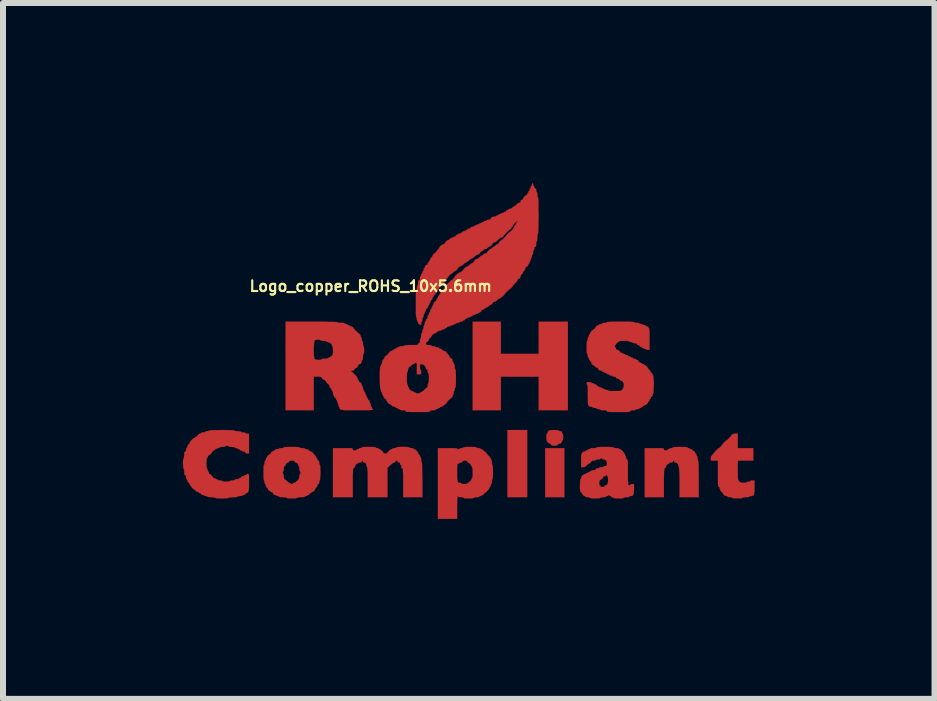
<source format=kicad_pcb>
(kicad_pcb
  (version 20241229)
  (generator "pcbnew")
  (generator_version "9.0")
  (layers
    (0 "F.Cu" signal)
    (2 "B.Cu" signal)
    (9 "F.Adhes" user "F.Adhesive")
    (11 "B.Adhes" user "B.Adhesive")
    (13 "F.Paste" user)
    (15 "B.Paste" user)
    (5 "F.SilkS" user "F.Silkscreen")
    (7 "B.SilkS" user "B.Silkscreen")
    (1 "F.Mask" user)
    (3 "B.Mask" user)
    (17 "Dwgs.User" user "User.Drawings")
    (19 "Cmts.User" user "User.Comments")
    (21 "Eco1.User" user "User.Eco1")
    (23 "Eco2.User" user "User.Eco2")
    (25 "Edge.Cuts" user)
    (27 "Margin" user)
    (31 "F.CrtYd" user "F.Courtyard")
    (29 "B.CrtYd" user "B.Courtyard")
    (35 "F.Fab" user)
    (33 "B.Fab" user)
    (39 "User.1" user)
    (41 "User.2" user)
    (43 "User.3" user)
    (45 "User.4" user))
  (footprint "Logo_copper_ROHS_10x5.6mm"
    (layer "F.Cu")
    (at 4.83 2.821)
    (property "Reference" "Logo_copper_ROHS_10x5.6mm" (at -1.7 -1.1 0) (layer "F.SilkS") (effects (font (size 0.178 0.178) (thickness 0.036))))
    (attr exclude_from_pos_files exclude_from_bom)
    (fp_poly (pts (xy 0.909 2.418) (xy 0.744 2.418) (xy 0.579 2.418) (xy 0.579 1.859) (xy 0.579 1.298) (xy 0.744 1.298) (xy 0.909 1.298) (xy 0.909 1.859) (xy 0.909 2.418)) (stroke (width 0.003) (type solid)) (fill yes) (layer "F.Cu"))
    (fp_poly (pts (xy 1.529 2.418) (xy 1.369 2.418) (xy 1.209 2.418) (xy 1.209 2.009) (xy 1.209 1.6) (xy 1.369 1.6) (xy 1.529 1.6) (xy 1.529 2.009) (xy 1.529 2.418)) (stroke (width 0.003) (type solid)) (fill yes) (layer "F.Cu"))
    (fp_poly (pts (xy 1.587 0.968) (xy 1.344 0.968) (xy 1.1 0.968) (xy 1.1 0.688) (xy 1.1 0.409) (xy 0.785 0.409) (xy 0.47 0.409) (xy 0.47 0.688) (xy 0.47 0.968) (xy 0.234 0.968) (xy 0 0.968) (xy 0 0.229) (xy 0 -0.508) (xy 0.234 -0.508) (xy 0.47 -0.508) (xy 0.47 -0.239) (xy 0.47 0.028) (xy 0.785 0.028) (xy 1.1 0.028) (xy 1.1 -0.239) (xy 1.1 -0.508) (xy 1.344 -0.508) (xy 1.587 -0.508) (xy 1.587 0.229) (xy 1.587 0.968)) (stroke (width 0.003) (type solid)) (fill yes) (layer "F.Cu"))
    (fp_poly (pts (xy 1.509 1.415) (xy 1.506 1.443) (xy 1.504 1.463) (xy 1.499 1.468) (xy 1.491 1.476) (xy 1.488 1.486) (xy 1.481 1.509) (xy 1.458 1.524) (xy 1.44 1.529) (xy 1.422 1.534) (xy 1.42 1.544) (xy 1.415 1.552) (xy 1.397 1.557) (xy 1.364 1.56) (xy 1.331 1.557) (xy 1.313 1.552) (xy 1.308 1.544) (xy 1.3 1.532) (xy 1.293 1.529) (xy 1.275 1.521) (xy 1.255 1.506) (xy 1.252 1.504) (xy 1.24 1.486) (xy 1.232 1.466) (xy 1.229 1.435) (xy 1.229 1.42) (xy 1.229 1.387) (xy 1.234 1.364) (xy 1.24 1.359) (xy 1.247 1.351) (xy 1.25 1.344) (xy 1.255 1.323) (xy 1.27 1.308) (xy 1.3 1.3) (xy 1.349 1.298) (xy 1.359 1.298) (xy 1.397 1.3) (xy 1.425 1.303) (xy 1.438 1.308) (xy 1.448 1.316) (xy 1.463 1.318) (xy 1.483 1.323) (xy 1.488 1.339) (xy 1.494 1.354) (xy 1.499 1.359) (xy 1.504 1.369) (xy 1.509 1.392) (xy 1.509 1.415)) (stroke (width 0.003) (type solid)) (fill yes) (layer "F.Cu"))
    (fp_poly (pts (xy 3.769 2.418) (xy 3.609 2.418) (xy 3.449 2.418) (xy 3.449 2.169) (xy 3.449 2.085) (xy 3.447 2.017) (xy 3.444 1.966) (xy 3.442 1.933) (xy 3.439 1.92) (xy 3.439 1.918) (xy 3.432 1.91) (xy 3.429 1.892) (xy 3.421 1.862) (xy 3.401 1.844) (xy 3.378 1.839) (xy 3.363 1.834) (xy 3.358 1.824) (xy 3.353 1.811) (xy 3.348 1.808) (xy 3.34 1.816) (xy 3.34 1.824) (xy 3.33 1.836) (xy 3.31 1.839) (xy 3.287 1.841) (xy 3.279 1.849) (xy 3.272 1.859) (xy 3.269 1.859) (xy 3.251 1.867) (xy 3.233 1.885) (xy 3.228 1.9) (xy 3.221 1.918) (xy 3.208 1.928) (xy 3.203 1.935) (xy 3.198 1.943) (xy 3.195 1.956) (xy 3.193 1.974) (xy 3.19 2.004) (xy 3.19 2.047) (xy 3.188 2.106) (xy 3.188 2.179) (xy 3.188 2.182) (xy 3.188 2.418) (xy 3.028 2.418) (xy 2.868 2.418) (xy 2.868 2.009) (xy 2.868 1.6) (xy 3.028 1.6) (xy 3.089 1.6) (xy 3.132 1.6) (xy 3.16 1.6) (xy 3.178 1.603) (xy 3.185 1.608) (xy 3.188 1.613) (xy 3.188 1.618) (xy 3.193 1.633) (xy 3.211 1.638) (xy 3.218 1.638) (xy 3.241 1.636) (xy 3.249 1.628) (xy 3.256 1.621) (xy 3.264 1.618) (xy 3.277 1.613) (xy 3.279 1.608) (xy 3.287 1.603) (xy 3.31 1.6) (xy 3.33 1.595) (xy 3.338 1.59) (xy 3.34 1.587) (xy 3.348 1.585) (xy 3.376 1.582) (xy 3.419 1.58) (xy 3.459 1.58) (xy 3.51 1.58) (xy 3.551 1.582) (xy 3.574 1.585) (xy 3.579 1.587) (xy 3.586 1.598) (xy 3.599 1.6) (xy 3.614 1.603) (xy 3.619 1.608) (xy 3.627 1.618) (xy 3.64 1.618) (xy 3.655 1.623) (xy 3.658 1.628) (xy 3.668 1.638) (xy 3.67 1.638) (xy 3.686 1.646) (xy 3.703 1.664) (xy 3.708 1.679) (xy 3.716 1.689) (xy 3.719 1.689) (xy 3.726 1.697) (xy 3.729 1.709) (xy 3.734 1.725) (xy 3.739 1.73) (xy 3.744 1.737) (xy 3.749 1.76) (xy 3.749 1.768) (xy 3.752 1.793) (xy 3.757 1.808) (xy 3.759 1.808) (xy 3.762 1.819) (xy 3.764 1.849) (xy 3.767 1.895) (xy 3.767 1.961) (xy 3.769 2.045) (xy 3.769 2.113) (xy 3.769 2.418)) (stroke (width 0.003) (type solid)) (fill yes) (layer "F.Cu"))
    (fp_poly (pts (xy 4.699 2.256) (xy 4.699 2.311) (xy 4.694 2.352) (xy 4.689 2.377) (xy 4.676 2.39) (xy 4.658 2.398) (xy 4.641 2.398) (xy 4.618 2.403) (xy 4.61 2.408) (xy 4.6 2.416) (xy 4.577 2.418) (xy 4.554 2.418) (xy 4.524 2.421) (xy 4.503 2.426) (xy 4.498 2.428) (xy 4.491 2.433) (xy 4.463 2.438) (xy 4.425 2.438) (xy 4.415 2.438) (xy 4.371 2.438) (xy 4.343 2.436) (xy 4.328 2.431) (xy 4.328 2.428) (xy 4.321 2.423) (xy 4.298 2.418) (xy 4.288 2.418) (xy 4.265 2.416) (xy 4.249 2.41) (xy 4.249 2.408) (xy 4.239 2.4) (xy 4.229 2.398) (xy 4.206 2.393) (xy 4.188 2.38) (xy 4.178 2.365) (xy 4.173 2.352) (xy 4.155 2.334) (xy 4.148 2.329) (xy 4.128 2.301) (xy 4.12 2.276) (xy 4.115 2.253) (xy 4.105 2.248) (xy 4.1 2.245) (xy 4.094 2.238) (xy 4.092 2.22) (xy 4.089 2.192) (xy 4.089 2.151) (xy 4.089 2.093) (xy 4.089 2.029) (xy 4.089 1.808) (xy 4.028 1.808) (xy 3.97 1.808) (xy 3.97 1.773) (xy 3.975 1.74) (xy 3.993 1.714) (xy 3.998 1.709) (xy 4.018 1.689) (xy 4.028 1.676) (xy 4.028 1.674) (xy 4.036 1.664) (xy 4.051 1.646) (xy 4.072 1.626) (xy 4.089 1.608) (xy 4.102 1.6) (xy 4.105 1.6) (xy 4.115 1.593) (xy 4.133 1.577) (xy 4.148 1.56) (xy 4.158 1.547) (xy 4.158 1.544) (xy 4.166 1.534) (xy 4.181 1.516) (xy 4.201 1.496) (xy 4.221 1.478) (xy 4.232 1.468) (xy 4.234 1.468) (xy 4.244 1.463) (xy 4.262 1.445) (xy 4.282 1.425) (xy 4.3 1.407) (xy 4.308 1.394) (xy 4.318 1.377) (xy 4.341 1.364) (xy 4.371 1.359) (xy 4.379 1.359) (xy 4.42 1.359) (xy 4.42 1.478) (xy 4.42 1.6) (xy 4.549 1.6) (xy 4.679 1.6) (xy 4.679 1.704) (xy 4.679 1.808) (xy 4.549 1.808) (xy 4.42 1.808) (xy 4.42 1.968) (xy 4.42 2.029) (xy 4.42 2.073) (xy 4.422 2.103) (xy 4.425 2.123) (xy 4.43 2.136) (xy 4.435 2.146) (xy 4.442 2.154) (xy 4.465 2.169) (xy 4.491 2.177) (xy 4.519 2.179) (xy 4.547 2.177) (xy 4.564 2.172) (xy 4.569 2.169) (xy 4.577 2.162) (xy 4.597 2.159) (xy 4.6 2.159) (xy 4.62 2.156) (xy 4.628 2.149) (xy 4.638 2.141) (xy 4.658 2.139) (xy 4.663 2.139) (xy 4.699 2.139) (xy 4.699 2.256)) (stroke (width 0.003) (type solid)) (fill yes) (layer "F.Cu"))
    (fp_poly (pts (xy -0.838 2.418) (xy -0.998 2.418) (xy -1.158 2.418) (xy -1.158 2.179) (xy -1.158 2.103) (xy -1.158 2.045) (xy -1.161 2.002) (xy -1.163 1.971) (xy -1.163 1.953) (xy -1.168 1.943) (xy -1.173 1.938) (xy -1.186 1.93) (xy -1.189 1.91) (xy -1.191 1.887) (xy -1.199 1.88) (xy -1.206 1.869) (xy -1.209 1.859) (xy -1.217 1.841) (xy -1.229 1.839) (xy -1.245 1.834) (xy -1.25 1.824) (xy -1.257 1.811) (xy -1.267 1.808) (xy -1.285 1.816) (xy -1.288 1.824) (xy -1.298 1.836) (xy -1.308 1.839) (xy -1.326 1.847) (xy -1.351 1.864) (xy -1.374 1.885) (xy -1.42 1.928) (xy -1.42 2.174) (xy -1.42 2.418) (xy -1.582 2.418) (xy -1.748 2.418) (xy -1.748 2.169) (xy -1.75 2.085) (xy -1.75 2.017) (xy -1.753 1.966) (xy -1.755 1.933) (xy -1.758 1.92) (xy -1.758 1.918) (xy -1.765 1.91) (xy -1.768 1.892) (xy -1.775 1.864) (xy -1.796 1.844) (xy -1.814 1.839) (xy -1.826 1.831) (xy -1.829 1.824) (xy -1.834 1.811) (xy -1.839 1.808) (xy -1.847 1.816) (xy -1.849 1.824) (xy -1.857 1.836) (xy -1.88 1.839) (xy -1.905 1.847) (xy -1.933 1.862) (xy -1.953 1.882) (xy -1.958 1.9) (xy -1.966 1.918) (xy -1.979 1.928) (xy -1.986 1.935) (xy -1.989 1.943) (xy -1.994 1.956) (xy -1.996 1.974) (xy -1.996 2.004) (xy -1.999 2.047) (xy -1.999 2.106) (xy -1.999 2.179) (xy -1.999 2.182) (xy -1.999 2.418) (xy -2.164 2.418) (xy -2.329 2.418) (xy -2.329 2.009) (xy -2.329 1.6) (xy -2.164 1.6) (xy -2.103 1.6) (xy -2.06 1.6) (xy -2.029 1.6) (xy -2.012 1.603) (xy -2.002 1.608) (xy -1.999 1.613) (xy -1.999 1.618) (xy -1.994 1.633) (xy -1.976 1.638) (xy -1.968 1.638) (xy -1.948 1.636) (xy -1.938 1.628) (xy -1.93 1.621) (xy -1.918 1.618) (xy -1.902 1.615) (xy -1.897 1.608) (xy -1.89 1.6) (xy -1.875 1.6) (xy -1.854 1.595) (xy -1.849 1.587) (xy -1.839 1.585) (xy -1.811 1.58) (xy -1.77 1.58) (xy -1.735 1.58) (xy -1.681 1.58) (xy -1.646 1.582) (xy -1.623 1.585) (xy -1.618 1.587) (xy -1.61 1.595) (xy -1.593 1.6) (xy -1.575 1.603) (xy -1.57 1.608) (xy -1.56 1.618) (xy -1.554 1.618) (xy -1.537 1.626) (xy -1.514 1.643) (xy -1.496 1.661) (xy -1.488 1.679) (xy -1.481 1.687) (xy -1.458 1.689) (xy -1.453 1.689) (xy -1.43 1.687) (xy -1.42 1.679) (xy -1.412 1.664) (xy -1.394 1.643) (xy -1.372 1.626) (xy -1.354 1.618) (xy -1.341 1.613) (xy -1.339 1.608) (xy -1.331 1.603) (xy -1.308 1.6) (xy -1.303 1.6) (xy -1.28 1.595) (xy -1.27 1.59) (xy -1.267 1.587) (xy -1.26 1.585) (xy -1.232 1.58) (xy -1.191 1.58) (xy -1.163 1.58) (xy -1.115 1.58) (xy -1.079 1.582) (xy -1.062 1.585) (xy -1.059 1.587) (xy -1.049 1.595) (xy -1.029 1.598) (xy -1.024 1.6) (xy -1.001 1.6) (xy -0.988 1.608) (xy -0.98 1.618) (xy -0.973 1.618) (xy -0.953 1.626) (xy -0.932 1.646) (xy -0.914 1.669) (xy -0.909 1.689) (xy -0.902 1.704) (xy -0.894 1.709) (xy -0.881 1.717) (xy -0.879 1.73) (xy -0.874 1.745) (xy -0.869 1.75) (xy -0.864 1.758) (xy -0.859 1.781) (xy -0.859 1.793) (xy -0.856 1.821) (xy -0.851 1.836) (xy -0.848 1.839) (xy -0.846 1.849) (xy -0.843 1.877) (xy -0.841 1.925) (xy -0.841 1.991) (xy -0.838 2.075) (xy -0.838 2.129) (xy -0.838 2.418)) (stroke (width 0.003) (type solid)) (fill yes) (layer "F.Cu"))
    (fp_poly (pts (xy 0.338 1.999) (xy 0.338 2.052) (xy 0.335 2.09) (xy 0.333 2.113) (xy 0.328 2.118) (xy 0.323 2.129) (xy 0.32 2.149) (xy 0.32 2.159) (xy 0.318 2.184) (xy 0.31 2.197) (xy 0.31 2.2) (xy 0.302 2.207) (xy 0.3 2.225) (xy 0.295 2.243) (xy 0.29 2.248) (xy 0.279 2.258) (xy 0.279 2.263) (xy 0.272 2.281) (xy 0.254 2.301) (xy 0.234 2.324) (xy 0.213 2.342) (xy 0.198 2.349) (xy 0.191 2.357) (xy 0.188 2.365) (xy 0.18 2.375) (xy 0.168 2.38) (xy 0.152 2.383) (xy 0.15 2.388) (xy 0.14 2.398) (xy 0.13 2.398) (xy 0.112 2.403) (xy 0.109 2.408) (xy 0.099 2.416) (xy 0.076 2.418) (xy 0.064 2.418) (xy 0.038 2.421) (xy 0.02 2.426) (xy 0.018 2.428) (xy 0.01 2.433) (xy 0 2.436) (xy 0 2.024) (xy 0 2.009) (xy 0 1.966) (xy -0.003 1.935) (xy -0.008 1.92) (xy -0.008 1.918) (xy -0.018 1.91) (xy -0.018 1.902) (xy -0.025 1.887) (xy -0.043 1.864) (xy -0.061 1.847) (xy -0.079 1.839) (xy -0.086 1.831) (xy -0.089 1.824) (xy -0.097 1.814) (xy -0.117 1.808) (xy -0.13 1.808) (xy -0.157 1.811) (xy -0.168 1.819) (xy -0.168 1.824) (xy -0.178 1.836) (xy -0.193 1.839) (xy -0.213 1.841) (xy -0.218 1.849) (xy -0.226 1.857) (xy -0.239 1.859) (xy -0.246 1.859) (xy -0.251 1.864) (xy -0.257 1.877) (xy -0.257 1.9) (xy -0.259 1.933) (xy -0.259 1.986) (xy -0.259 2.004) (xy -0.259 2.068) (xy -0.257 2.113) (xy -0.251 2.146) (xy -0.244 2.164) (xy -0.234 2.174) (xy -0.216 2.179) (xy -0.208 2.179) (xy -0.193 2.182) (xy -0.188 2.189) (xy -0.18 2.195) (xy -0.157 2.197) (xy -0.14 2.2) (xy -0.109 2.197) (xy -0.091 2.192) (xy -0.089 2.189) (xy -0.081 2.179) (xy -0.079 2.179) (xy -0.064 2.172) (xy -0.043 2.154) (xy -0.025 2.134) (xy -0.018 2.116) (xy -0.018 2.113) (xy -0.013 2.101) (xy -0.008 2.098) (xy -0.005 2.09) (xy 0 2.062) (xy 0 2.024) (xy 0 2.436) (xy -0.015 2.438) (xy -0.053 2.438) (xy -0.064 2.438) (xy -0.104 2.438) (xy -0.135 2.436) (xy -0.147 2.431) (xy -0.15 2.428) (xy -0.157 2.423) (xy -0.18 2.418) (xy -0.193 2.418) (xy -0.221 2.416) (xy -0.236 2.41) (xy -0.239 2.408) (xy -0.246 2.4) (xy -0.249 2.398) (xy -0.251 2.408) (xy -0.254 2.438) (xy -0.257 2.484) (xy -0.259 2.545) (xy -0.259 2.588) (xy -0.259 2.779) (xy -0.419 2.779) (xy -0.579 2.779) (xy -0.579 2.189) (xy -0.579 1.6) (xy -0.419 1.6) (xy -0.356 1.6) (xy -0.305 1.6) (xy -0.274 1.605) (xy -0.259 1.608) (xy -0.251 1.618) (xy -0.239 1.618) (xy -0.224 1.615) (xy -0.218 1.608) (xy -0.211 1.603) (xy -0.188 1.6) (xy -0.183 1.6) (xy -0.16 1.595) (xy -0.15 1.59) (xy -0.15 1.587) (xy -0.14 1.585) (xy -0.112 1.58) (xy -0.071 1.58) (xy -0.043 1.58) (xy 0.003 1.58) (xy 0.038 1.582) (xy 0.056 1.585) (xy 0.058 1.587) (xy 0.069 1.595) (xy 0.089 1.598) (xy 0.094 1.6) (xy 0.117 1.6) (xy 0.13 1.608) (xy 0.137 1.618) (xy 0.147 1.618) (xy 0.165 1.626) (xy 0.178 1.638) (xy 0.196 1.654) (xy 0.206 1.659) (xy 0.218 1.666) (xy 0.218 1.669) (xy 0.226 1.681) (xy 0.244 1.702) (xy 0.259 1.72) (xy 0.282 1.742) (xy 0.295 1.763) (xy 0.3 1.773) (xy 0.305 1.786) (xy 0.31 1.788) (xy 0.315 1.798) (xy 0.318 1.821) (xy 0.32 1.834) (xy 0.32 1.859) (xy 0.325 1.877) (xy 0.328 1.88) (xy 0.333 1.887) (xy 0.335 1.915) (xy 0.338 1.958) (xy 0.338 1.999)) (stroke (width 0.003) (type solid)) (fill yes) (layer "F.Cu"))
    (fp_poly (pts (xy -2.537 2.009) (xy -2.54 2.065) (xy -2.543 2.106) (xy -2.545 2.131) (xy -2.548 2.139) (xy -2.555 2.146) (xy -2.558 2.169) (xy -2.563 2.192) (xy -2.573 2.2) (xy -2.586 2.207) (xy -2.588 2.223) (xy -2.596 2.245) (xy -2.609 2.258) (xy -2.624 2.276) (xy -2.629 2.286) (xy -2.637 2.306) (xy -2.657 2.324) (xy -2.672 2.329) (xy -2.687 2.334) (xy -2.687 2.339) (xy -2.697 2.347) (xy -2.703 2.349) (xy -2.718 2.357) (xy -2.718 2.365) (xy -2.728 2.375) (xy -2.738 2.38) (xy -2.756 2.383) (xy -2.758 2.388) (xy -2.766 2.398) (xy -2.779 2.398) (xy -2.794 2.403) (xy -2.799 2.408) (xy -2.807 2.413) (xy -2.832 2.418) (xy -2.863 2.418) (xy -2.868 2.418) (xy -2.868 2.009) (xy -2.873 1.991) (xy -2.878 1.989) (xy -2.885 1.981) (xy -2.888 1.958) (xy -2.888 1.943) (xy -2.891 1.918) (xy -2.896 1.9) (xy -2.898 1.9) (xy -2.908 1.89) (xy -2.908 1.882) (xy -2.916 1.859) (xy -2.936 1.844) (xy -2.954 1.839) (xy -2.967 1.831) (xy -2.969 1.824) (xy -2.974 1.814) (xy -2.995 1.808) (xy -3.015 1.808) (xy -3.043 1.811) (xy -3.058 1.816) (xy -3.058 1.824) (xy -3.066 1.836) (xy -3.073 1.839) (xy -3.096 1.847) (xy -3.114 1.867) (xy -3.119 1.882) (xy -3.127 1.897) (xy -3.134 1.9) (xy -3.145 1.905) (xy -3.147 1.925) (xy -3.15 1.943) (xy -3.15 1.971) (xy -3.155 1.986) (xy -3.16 1.989) (xy -3.167 1.996) (xy -3.167 2.009) (xy -3.165 2.024) (xy -3.16 2.029) (xy -3.152 2.037) (xy -3.15 2.06) (xy -3.15 2.073) (xy -3.147 2.101) (xy -3.139 2.118) (xy -3.137 2.118) (xy -3.124 2.126) (xy -3.104 2.141) (xy -3.099 2.149) (xy -3.078 2.167) (xy -3.058 2.179) (xy -3.056 2.179) (xy -3.04 2.184) (xy -3.038 2.189) (xy -3.03 2.197) (xy -3.018 2.2) (xy -3.002 2.195) (xy -3 2.189) (xy -2.99 2.182) (xy -2.979 2.179) (xy -2.959 2.172) (xy -2.936 2.154) (xy -2.924 2.144) (xy -2.901 2.118) (xy -2.891 2.093) (xy -2.888 2.07) (xy -2.885 2.045) (xy -2.88 2.029) (xy -2.878 2.029) (xy -2.87 2.019) (xy -2.868 2.009) (xy -2.868 2.418) (xy -2.898 2.421) (xy -2.921 2.423) (xy -2.929 2.428) (xy -2.939 2.433) (xy -2.964 2.438) (xy -3.002 2.438) (xy -3.015 2.438) (xy -3.056 2.438) (xy -3.084 2.436) (xy -3.099 2.431) (xy -3.099 2.428) (xy -3.109 2.423) (xy -3.132 2.421) (xy -3.165 2.418) (xy -3.198 2.418) (xy -3.221 2.413) (xy -3.228 2.408) (xy -3.239 2.4) (xy -3.254 2.398) (xy -3.272 2.395) (xy -3.279 2.388) (xy -3.287 2.38) (xy -3.299 2.38) (xy -3.315 2.375) (xy -3.32 2.367) (xy -3.327 2.349) (xy -3.345 2.334) (xy -3.363 2.329) (xy -3.376 2.324) (xy -3.378 2.319) (xy -3.386 2.309) (xy -3.393 2.309) (xy -3.406 2.301) (xy -3.409 2.291) (xy -3.416 2.271) (xy -3.429 2.258) (xy -3.444 2.238) (xy -3.449 2.223) (xy -3.452 2.205) (xy -3.459 2.2) (xy -3.467 2.189) (xy -3.47 2.169) (xy -3.472 2.149) (xy -3.477 2.139) (xy -3.48 2.139) (xy -3.482 2.129) (xy -3.487 2.101) (xy -3.487 2.057) (xy -3.487 2.009) (xy -3.487 1.953) (xy -3.485 1.913) (xy -3.482 1.887) (xy -3.48 1.88) (xy -3.472 1.869) (xy -3.47 1.849) (xy -3.47 1.844) (xy -3.467 1.821) (xy -3.459 1.808) (xy -3.449 1.801) (xy -3.449 1.788) (xy -3.444 1.773) (xy -3.439 1.768) (xy -3.429 1.76) (xy -3.429 1.753) (xy -3.421 1.735) (xy -3.409 1.717) (xy -3.393 1.709) (xy -3.381 1.702) (xy -3.365 1.687) (xy -3.358 1.669) (xy -3.35 1.661) (xy -3.34 1.659) (xy -3.322 1.651) (xy -3.31 1.638) (xy -3.284 1.623) (xy -3.261 1.618) (xy -3.239 1.615) (xy -3.228 1.61) (xy -3.228 1.608) (xy -3.221 1.603) (xy -3.198 1.6) (xy -3.188 1.6) (xy -3.165 1.598) (xy -3.15 1.59) (xy -3.15 1.587) (xy -3.139 1.585) (xy -3.111 1.582) (xy -3.068 1.58) (xy -3.018 1.58) (xy -2.964 1.58) (xy -2.921 1.582) (xy -2.896 1.585) (xy -2.888 1.587) (xy -2.88 1.595) (xy -2.857 1.598) (xy -2.845 1.6) (xy -2.817 1.6) (xy -2.802 1.605) (xy -2.799 1.608) (xy -2.789 1.615) (xy -2.771 1.618) (xy -2.743 1.626) (xy -2.728 1.638) (xy -2.708 1.654) (xy -2.692 1.659) (xy -2.675 1.664) (xy -2.67 1.669) (xy -2.662 1.684) (xy -2.644 1.702) (xy -2.639 1.709) (xy -2.619 1.73) (xy -2.609 1.75) (xy -2.609 1.753) (xy -2.603 1.768) (xy -2.598 1.768) (xy -2.591 1.778) (xy -2.588 1.788) (xy -2.583 1.806) (xy -2.573 1.808) (xy -2.563 1.816) (xy -2.558 1.841) (xy -2.558 1.844) (xy -2.555 1.867) (xy -2.55 1.88) (xy -2.548 1.88) (xy -2.545 1.887) (xy -2.54 1.915) (xy -2.54 1.958) (xy -2.537 2.009)) (stroke (width 0.003) (type solid)) (fill yes) (layer "F.Cu"))
    (fp_poly (pts (xy 2.69 2.283) (xy 2.687 2.334) (xy 2.682 2.367) (xy 2.67 2.388) (xy 2.652 2.398) (xy 2.634 2.398) (xy 2.616 2.403) (xy 2.609 2.408) (xy 2.601 2.416) (xy 2.578 2.418) (xy 2.563 2.418) (xy 2.537 2.421) (xy 2.52 2.426) (xy 2.52 2.428) (xy 2.51 2.433) (xy 2.484 2.438) (xy 2.443 2.438) (xy 2.433 2.438) (xy 2.393 2.438) (xy 2.362 2.436) (xy 2.349 2.431) (xy 2.349 2.428) (xy 2.339 2.421) (xy 2.329 2.418) (xy 2.311 2.416) (xy 2.309 2.408) (xy 2.301 2.4) (xy 2.294 2.398) (xy 2.278 2.39) (xy 2.273 2.388) (xy 2.268 2.38) (xy 2.263 2.388) (xy 2.258 2.39) (xy 2.258 2.134) (xy 2.256 2.093) (xy 2.248 2.065) (xy 2.243 2.06) (xy 2.228 2.05) (xy 2.22 2.057) (xy 2.21 2.068) (xy 2.197 2.068) (xy 2.182 2.073) (xy 2.179 2.08) (xy 2.172 2.095) (xy 2.159 2.111) (xy 2.144 2.118) (xy 2.134 2.126) (xy 2.123 2.134) (xy 2.113 2.149) (xy 2.111 2.174) (xy 2.108 2.197) (xy 2.113 2.215) (xy 2.118 2.22) (xy 2.129 2.228) (xy 2.129 2.233) (xy 2.136 2.245) (xy 2.162 2.248) (xy 2.164 2.248) (xy 2.189 2.245) (xy 2.2 2.235) (xy 2.2 2.233) (xy 2.207 2.22) (xy 2.215 2.22) (xy 2.238 2.21) (xy 2.253 2.187) (xy 2.258 2.144) (xy 2.258 2.134) (xy 2.258 2.39) (xy 2.25 2.398) (xy 2.238 2.398) (xy 2.223 2.403) (xy 2.22 2.408) (xy 2.21 2.416) (xy 2.187 2.418) (xy 2.174 2.418) (xy 2.146 2.421) (xy 2.131 2.426) (xy 2.129 2.428) (xy 2.118 2.433) (xy 2.093 2.438) (xy 2.055 2.438) (xy 2.045 2.438) (xy 2.002 2.438) (xy 1.974 2.436) (xy 1.958 2.431) (xy 1.958 2.428) (xy 1.951 2.423) (xy 1.928 2.418) (xy 1.918 2.418) (xy 1.895 2.416) (xy 1.88 2.41) (xy 1.88 2.408) (xy 1.872 2.4) (xy 1.867 2.398) (xy 1.852 2.393) (xy 1.836 2.377) (xy 1.829 2.362) (xy 1.821 2.349) (xy 1.808 2.339) (xy 1.801 2.329) (xy 1.793 2.316) (xy 1.791 2.296) (xy 1.788 2.263) (xy 1.788 2.223) (xy 1.791 2.174) (xy 1.793 2.139) (xy 1.796 2.121) (xy 1.798 2.118) (xy 1.806 2.111) (xy 1.808 2.098) (xy 1.816 2.075) (xy 1.836 2.05) (xy 1.862 2.035) (xy 1.877 2.029) (xy 1.895 2.024) (xy 1.9 2.019) (xy 1.908 2.012) (xy 1.918 2.009) (xy 1.935 2.004) (xy 1.938 1.999) (xy 1.948 1.991) (xy 1.958 1.989) (xy 1.976 1.984) (xy 1.979 1.979) (xy 1.986 1.971) (xy 2.009 1.968) (xy 2.014 1.968) (xy 2.04 1.966) (xy 2.05 1.956) (xy 2.05 1.953) (xy 2.057 1.943) (xy 2.078 1.938) (xy 2.101 1.935) (xy 2.108 1.928) (xy 2.118 1.923) (xy 2.139 1.918) (xy 2.144 1.918) (xy 2.167 1.915) (xy 2.179 1.91) (xy 2.187 1.902) (xy 2.21 1.9) (xy 2.228 1.897) (xy 2.235 1.89) (xy 2.238 1.867) (xy 2.238 1.859) (xy 2.233 1.819) (xy 2.215 1.796) (xy 2.184 1.788) (xy 2.167 1.786) (xy 2.159 1.778) (xy 2.151 1.77) (xy 2.144 1.768) (xy 2.131 1.773) (xy 2.129 1.778) (xy 2.121 1.786) (xy 2.098 1.788) (xy 2.088 1.788) (xy 2.062 1.791) (xy 2.05 1.796) (xy 2.05 1.798) (xy 2.04 1.806) (xy 2.019 1.808) (xy 2.014 1.808) (xy 1.991 1.811) (xy 1.979 1.819) (xy 1.971 1.836) (xy 1.953 1.852) (xy 1.938 1.859) (xy 1.925 1.867) (xy 1.905 1.882) (xy 1.9 1.89) (xy 1.869 1.913) (xy 1.839 1.918) (xy 1.808 1.918) (xy 1.808 1.803) (xy 1.808 1.753) (xy 1.811 1.714) (xy 1.816 1.694) (xy 1.819 1.689) (xy 1.829 1.681) (xy 1.829 1.674) (xy 1.836 1.661) (xy 1.854 1.659) (xy 1.872 1.656) (xy 1.88 1.648) (xy 1.887 1.641) (xy 1.9 1.638) (xy 1.915 1.636) (xy 1.918 1.628) (xy 1.928 1.621) (xy 1.938 1.618) (xy 1.956 1.615) (xy 1.958 1.608) (xy 1.968 1.603) (xy 1.991 1.6) (xy 2.014 1.6) (xy 2.045 1.598) (xy 2.065 1.593) (xy 2.068 1.587) (xy 2.078 1.585) (xy 2.106 1.582) (xy 2.151 1.58) (xy 2.21 1.58) (xy 2.268 1.58) (xy 2.311 1.582) (xy 2.339 1.585) (xy 2.349 1.587) (xy 2.357 1.595) (xy 2.38 1.598) (xy 2.395 1.6) (xy 2.421 1.6) (xy 2.436 1.605) (xy 2.438 1.608) (xy 2.446 1.618) (xy 2.454 1.618) (xy 2.471 1.626) (xy 2.492 1.643) (xy 2.51 1.661) (xy 2.52 1.679) (xy 2.527 1.689) (xy 2.53 1.689) (xy 2.537 1.697) (xy 2.54 1.709) (xy 2.543 1.725) (xy 2.548 1.73) (xy 2.555 1.737) (xy 2.558 1.758) (xy 2.563 1.783) (xy 2.573 1.788) (xy 2.578 1.791) (xy 2.583 1.801) (xy 2.586 1.816) (xy 2.588 1.847) (xy 2.588 1.887) (xy 2.588 1.946) (xy 2.588 2.004) (xy 2.588 2.075) (xy 2.588 2.129) (xy 2.591 2.167) (xy 2.591 2.192) (xy 2.593 2.207) (xy 2.598 2.215) (xy 2.603 2.217) (xy 2.609 2.22) (xy 2.624 2.215) (xy 2.629 2.21) (xy 2.637 2.202) (xy 2.659 2.2) (xy 2.69 2.2) (xy 2.69 2.283)) (stroke (width 0.003) (type solid)) (fill yes) (layer "F.Cu"))
    (fp_poly (pts (xy -1.659 0.958) (xy -1.669 0.963) (xy -1.697 0.965) (xy -1.745 0.968) (xy -1.811 0.968) (xy -1.892 0.968) (xy -1.925 0.968) (xy -2.009 0.968) (xy -2.075 0.968) (xy -2.126 0.968) (xy -2.164 0.963) (xy -2.189 0.96) (xy -2.205 0.955) (xy -2.215 0.945) (xy -2.217 0.935) (xy -2.22 0.925) (xy -2.225 0.912) (xy -2.228 0.909) (xy -2.235 0.899) (xy -2.238 0.879) (xy -2.243 0.859) (xy -2.248 0.848) (xy -2.256 0.841) (xy -2.258 0.823) (xy -2.263 0.805) (xy -2.268 0.8) (xy -2.276 0.79) (xy -2.278 0.78) (xy -2.286 0.762) (xy -2.294 0.759) (xy -2.306 0.749) (xy -2.309 0.739) (xy -2.314 0.724) (xy -2.319 0.719) (xy -2.324 0.711) (xy -2.329 0.688) (xy -2.329 0.683) (xy -2.329 -0.028) (xy -2.329 -0.064) (xy -2.334 -0.089) (xy -2.339 -0.099) (xy -2.347 -0.107) (xy -2.349 -0.124) (xy -2.355 -0.142) (xy -2.37 -0.15) (xy -2.385 -0.152) (xy -2.388 -0.157) (xy -2.398 -0.165) (xy -2.413 -0.168) (xy -2.433 -0.173) (xy -2.438 -0.178) (xy -2.449 -0.185) (xy -2.471 -0.188) (xy -2.489 -0.188) (xy -2.517 -0.191) (xy -2.535 -0.196) (xy -2.537 -0.198) (xy -2.548 -0.206) (xy -2.568 -0.208) (xy -2.593 -0.208) (xy -2.619 -0.203) (xy -2.634 -0.196) (xy -2.639 -0.178) (xy -2.644 -0.147) (xy -2.647 -0.104) (xy -2.649 -0.056) (xy -2.649 -0.008) (xy -2.649 0.038) (xy -2.644 0.076) (xy -2.639 0.104) (xy -2.637 0.114) (xy -2.621 0.122) (xy -2.596 0.127) (xy -2.565 0.13) (xy -2.54 0.127) (xy -2.522 0.124) (xy -2.52 0.119) (xy -2.51 0.114) (xy -2.487 0.109) (xy -2.464 0.109) (xy -2.433 0.107) (xy -2.413 0.102) (xy -2.408 0.099) (xy -2.4 0.089) (xy -2.393 0.089) (xy -2.375 0.081) (xy -2.355 0.066) (xy -2.352 0.064) (xy -2.339 0.048) (xy -2.332 0.03) (xy -2.329 0.003) (xy -2.329 -0.028) (xy -2.329 0.683) (xy -2.332 0.66) (xy -2.337 0.65) (xy -2.339 0.648) (xy -2.347 0.64) (xy -2.349 0.63) (xy -2.357 0.612) (xy -2.37 0.599) (xy -2.385 0.582) (xy -2.388 0.566) (xy -2.395 0.544) (xy -2.413 0.526) (xy -2.428 0.518) (xy -2.438 0.511) (xy -2.438 0.503) (xy -2.446 0.483) (xy -2.464 0.465) (xy -2.479 0.46) (xy -2.497 0.452) (xy -2.512 0.434) (xy -2.52 0.419) (xy -2.527 0.414) (xy -2.555 0.409) (xy -2.583 0.409) (xy -2.649 0.409) (xy -2.649 0.688) (xy -2.649 0.968) (xy -2.883 0.968) (xy -3.119 0.968) (xy -3.119 0.229) (xy -3.119 -0.508) (xy -2.687 -0.508) (xy -2.573 -0.508) (xy -2.474 -0.508) (xy -2.393 -0.505) (xy -2.332 -0.505) (xy -2.289 -0.503) (xy -2.263 -0.5) (xy -2.258 -0.498) (xy -2.25 -0.493) (xy -2.225 -0.49) (xy -2.195 -0.488) (xy -2.159 -0.488) (xy -2.136 -0.483) (xy -2.129 -0.478) (xy -2.121 -0.47) (xy -2.108 -0.467) (xy -2.093 -0.465) (xy -2.088 -0.46) (xy -2.08 -0.45) (xy -2.068 -0.45) (xy -2.052 -0.445) (xy -2.05 -0.439) (xy -2.04 -0.432) (xy -2.024 -0.429) (xy -2.004 -0.424) (xy -1.999 -0.419) (xy -1.991 -0.406) (xy -1.974 -0.386) (xy -1.951 -0.358) (xy -1.943 -0.353) (xy -1.918 -0.328) (xy -1.895 -0.307) (xy -1.88 -0.3) (xy -1.872 -0.29) (xy -1.869 -0.274) (xy -1.864 -0.254) (xy -1.859 -0.249) (xy -1.852 -0.239) (xy -1.849 -0.218) (xy -1.847 -0.198) (xy -1.839 -0.188) (xy -1.834 -0.18) (xy -1.829 -0.157) (xy -1.829 -0.145) (xy -1.826 -0.117) (xy -1.821 -0.102) (xy -1.819 -0.099) (xy -1.814 -0.089) (xy -1.811 -0.066) (xy -1.808 -0.033) (xy -1.811 0) (xy -1.814 0.02) (xy -1.819 0.028) (xy -1.824 0.038) (xy -1.829 0.061) (xy -1.829 0.079) (xy -1.831 0.107) (xy -1.834 0.124) (xy -1.839 0.13) (xy -1.847 0.137) (xy -1.849 0.15) (xy -1.854 0.17) (xy -1.867 0.191) (xy -1.882 0.198) (xy -1.885 0.198) (xy -1.897 0.206) (xy -1.913 0.224) (xy -1.918 0.244) (xy -1.928 0.257) (xy -1.938 0.259) (xy -1.956 0.264) (xy -1.958 0.269) (xy -1.968 0.287) (xy -1.986 0.305) (xy -2.007 0.31) (xy -2.024 0.312) (xy -2.029 0.32) (xy -2.022 0.328) (xy -2.019 0.328) (xy -2.004 0.335) (xy -1.981 0.356) (xy -1.958 0.381) (xy -1.935 0.406) (xy -1.923 0.429) (xy -1.918 0.439) (xy -1.915 0.455) (xy -1.908 0.46) (xy -1.9 0.467) (xy -1.897 0.478) (xy -1.895 0.495) (xy -1.887 0.498) (xy -1.869 0.508) (xy -1.854 0.528) (xy -1.849 0.549) (xy -1.844 0.564) (xy -1.839 0.569) (xy -1.831 0.577) (xy -1.829 0.599) (xy -1.826 0.62) (xy -1.819 0.63) (xy -1.811 0.638) (xy -1.808 0.648) (xy -1.803 0.665) (xy -1.798 0.668) (xy -1.791 0.678) (xy -1.788 0.693) (xy -1.786 0.711) (xy -1.778 0.719) (xy -1.77 0.726) (xy -1.768 0.739) (xy -1.765 0.754) (xy -1.758 0.759) (xy -1.75 0.767) (xy -1.748 0.78) (xy -1.742 0.795) (xy -1.735 0.8) (xy -1.722 0.808) (xy -1.72 0.823) (xy -1.714 0.843) (xy -1.709 0.848) (xy -1.702 0.859) (xy -1.699 0.879) (xy -1.697 0.899) (xy -1.689 0.909) (xy -1.681 0.917) (xy -1.679 0.93) (xy -1.674 0.945) (xy -1.669 0.95) (xy -1.659 0.958)) (stroke (width 0.003) (type solid)) (fill yes) (layer "F.Cu"))
    (fp_poly (pts (xy -3.729 2.174) (xy -3.729 2.238) (xy -3.731 2.283) (xy -3.736 2.316) (xy -3.744 2.334) (xy -3.754 2.344) (xy -3.769 2.349) (xy -3.772 2.349) (xy -3.787 2.357) (xy -3.79 2.365) (xy -3.797 2.375) (xy -3.813 2.38) (xy -3.833 2.383) (xy -3.838 2.388) (xy -3.848 2.395) (xy -3.868 2.398) (xy -3.879 2.398) (xy -3.904 2.4) (xy -3.917 2.405) (xy -3.919 2.408) (xy -3.929 2.413) (xy -3.952 2.418) (xy -3.99 2.418) (xy -3.993 2.418) (xy -4.031 2.421) (xy -4.059 2.423) (xy -4.069 2.428) (xy -4.079 2.433) (xy -4.105 2.436) (xy -4.148 2.438) (xy -4.178 2.438) (xy -4.229 2.438) (xy -4.265 2.436) (xy -4.285 2.431) (xy -4.288 2.428) (xy -4.298 2.423) (xy -4.323 2.421) (xy -4.354 2.418) (xy -4.387 2.418) (xy -4.412 2.413) (xy -4.42 2.408) (xy -4.427 2.403) (xy -4.448 2.398) (xy -4.47 2.395) (xy -4.478 2.388) (xy -4.488 2.383) (xy -4.503 2.38) (xy -4.524 2.372) (xy -4.529 2.365) (xy -4.536 2.352) (xy -4.549 2.349) (xy -4.564 2.344) (xy -4.569 2.339) (xy -4.577 2.329) (xy -4.587 2.329) (xy -4.605 2.322) (xy -4.618 2.309) (xy -4.633 2.294) (xy -4.641 2.289) (xy -4.656 2.281) (xy -4.674 2.266) (xy -4.689 2.245) (xy -4.699 2.23) (xy -4.707 2.22) (xy -4.709 2.22) (xy -4.717 2.21) (xy -4.719 2.202) (xy -4.727 2.182) (xy -4.74 2.169) (xy -4.755 2.151) (xy -4.757 2.136) (xy -4.763 2.121) (xy -4.768 2.118) (xy -4.775 2.111) (xy -4.778 2.088) (xy -4.778 2.083) (xy -4.783 2.057) (xy -4.793 2.05) (xy -4.803 2.045) (xy -4.808 2.027) (xy -4.808 1.994) (xy -4.811 1.963) (xy -4.816 1.943) (xy -4.818 1.938) (xy -4.823 1.93) (xy -4.826 1.902) (xy -4.829 1.864) (xy -4.829 1.854) (xy -4.829 1.814) (xy -4.823 1.783) (xy -4.821 1.77) (xy -4.818 1.768) (xy -4.813 1.76) (xy -4.811 1.737) (xy -4.808 1.714) (xy -4.808 1.681) (xy -4.803 1.664) (xy -4.793 1.659) (xy -4.783 1.651) (xy -4.778 1.628) (xy -4.775 1.608) (xy -4.768 1.6) (xy -4.76 1.59) (xy -4.757 1.58) (xy -4.755 1.562) (xy -4.75 1.56) (xy -4.74 1.549) (xy -4.74 1.544) (xy -4.735 1.532) (xy -4.729 1.529) (xy -4.719 1.521) (xy -4.719 1.514) (xy -4.712 1.499) (xy -4.696 1.476) (xy -4.674 1.453) (xy -4.653 1.435) (xy -4.638 1.43) (xy -4.628 1.422) (xy -4.628 1.42) (xy -4.62 1.41) (xy -4.608 1.41) (xy -4.592 1.405) (xy -4.59 1.397) (xy -4.58 1.379) (xy -4.562 1.364) (xy -4.544 1.359) (xy -4.531 1.354) (xy -4.529 1.349) (xy -4.521 1.341) (xy -4.498 1.339) (xy -4.493 1.339) (xy -4.47 1.336) (xy -4.46 1.331) (xy -4.458 1.328) (xy -4.45 1.321) (xy -4.43 1.318) (xy -4.407 1.316) (xy -4.399 1.308) (xy -4.389 1.306) (xy -4.361 1.303) (xy -4.313 1.3) (xy -4.249 1.3) (xy -4.183 1.298) (xy -4.107 1.3) (xy -4.046 1.3) (xy -4 1.303) (xy -3.975 1.306) (xy -3.967 1.308) (xy -3.96 1.313) (xy -3.937 1.318) (xy -3.914 1.318) (xy -3.884 1.321) (xy -3.863 1.326) (xy -3.858 1.328) (xy -3.851 1.336) (xy -3.828 1.339) (xy -3.823 1.339) (xy -3.8 1.341) (xy -3.79 1.349) (xy -3.78 1.356) (xy -3.759 1.359) (xy -3.729 1.359) (xy -3.729 1.524) (xy -3.729 1.689) (xy -3.759 1.689) (xy -3.782 1.684) (xy -3.79 1.674) (xy -3.797 1.661) (xy -3.813 1.659) (xy -3.833 1.656) (xy -3.838 1.648) (xy -3.848 1.641) (xy -3.858 1.638) (xy -3.876 1.636) (xy -3.879 1.628) (xy -3.886 1.621) (xy -3.899 1.618) (xy -3.914 1.615) (xy -3.919 1.608) (xy -3.927 1.6) (xy -3.945 1.6) (xy -3.962 1.595) (xy -3.967 1.587) (xy -3.978 1.582) (xy -4 1.58) (xy -4.018 1.58) (xy -4.046 1.577) (xy -4.067 1.572) (xy -4.069 1.57) (xy -4.077 1.562) (xy -4.094 1.56) (xy -4.112 1.562) (xy -4.12 1.57) (xy -4.128 1.575) (xy -4.15 1.577) (xy -4.168 1.58) (xy -4.196 1.58) (xy -4.216 1.585) (xy -4.219 1.587) (xy -4.227 1.595) (xy -4.244 1.6) (xy -4.262 1.603) (xy -4.27 1.608) (xy -4.277 1.618) (xy -4.285 1.618) (xy -4.3 1.626) (xy -4.321 1.641) (xy -4.338 1.659) (xy -4.348 1.671) (xy -4.348 1.674) (xy -4.356 1.687) (xy -4.369 1.702) (xy -4.381 1.709) (xy -4.384 1.709) (xy -4.399 1.717) (xy -4.412 1.735) (xy -4.42 1.753) (xy -4.425 1.768) (xy -4.43 1.768) (xy -4.435 1.778) (xy -4.437 1.803) (xy -4.44 1.844) (xy -4.44 1.854) (xy -4.437 1.895) (xy -4.435 1.925) (xy -4.43 1.938) (xy -4.422 1.948) (xy -4.42 1.963) (xy -4.415 1.984) (xy -4.409 1.989) (xy -4.402 1.996) (xy -4.399 2.009) (xy -4.394 2.024) (xy -4.389 2.029) (xy -4.374 2.035) (xy -4.354 2.052) (xy -4.338 2.073) (xy -4.328 2.088) (xy -4.321 2.098) (xy -4.308 2.098) (xy -4.293 2.103) (xy -4.288 2.108) (xy -4.28 2.116) (xy -4.27 2.118) (xy -4.252 2.123) (xy -4.249 2.129) (xy -4.239 2.136) (xy -4.219 2.139) (xy -4.214 2.139) (xy -4.191 2.141) (xy -4.178 2.146) (xy -4.178 2.149) (xy -4.171 2.154) (xy -4.145 2.156) (xy -4.115 2.159) (xy -4.079 2.156) (xy -4.056 2.154) (xy -4.049 2.149) (xy -4.039 2.144) (xy -4.018 2.139) (xy -4.008 2.139) (xy -3.983 2.136) (xy -3.97 2.131) (xy -3.967 2.129) (xy -3.96 2.121) (xy -3.94 2.118) (xy -3.934 2.118) (xy -3.912 2.116) (xy -3.899 2.111) (xy -3.899 2.108) (xy -3.891 2.101) (xy -3.879 2.098) (xy -3.863 2.093) (xy -3.858 2.083) (xy -3.851 2.073) (xy -3.833 2.068) (xy -3.815 2.065) (xy -3.81 2.06) (xy -3.8 2.05) (xy -3.79 2.05) (xy -3.772 2.045) (xy -3.769 2.04) (xy -3.759 2.029) (xy -3.749 2.029) (xy -3.741 2.029) (xy -3.736 2.035) (xy -3.731 2.047) (xy -3.729 2.07) (xy -3.729 2.103) (xy -3.729 2.156) (xy -3.729 2.174)) (stroke (width 0.003) (type solid)) (fill yes) (layer "F.Cu"))
    (fp_poly (pts (xy 3.02 0.538) (xy 3.018 0.599) (xy 3.015 0.648) (xy 3.012 0.676) (xy 3.01 0.688) (xy 3.002 0.699) (xy 3 0.714) (xy 2.995 0.734) (xy 2.985 0.739) (xy 2.972 0.747) (xy 2.969 0.759) (xy 2.964 0.775) (xy 2.959 0.78) (xy 2.951 0.787) (xy 2.949 0.8) (xy 2.944 0.815) (xy 2.939 0.818) (xy 2.929 0.826) (xy 2.929 0.828) (xy 2.921 0.846) (xy 2.903 0.866) (xy 2.88 0.881) (xy 2.863 0.889) (xy 2.842 0.897) (xy 2.83 0.909) (xy 2.812 0.925) (xy 2.797 0.93) (xy 2.781 0.935) (xy 2.779 0.94) (xy 2.771 0.945) (xy 2.748 0.95) (xy 2.728 0.953) (xy 2.718 0.958) (xy 2.71 0.965) (xy 2.687 0.968) (xy 2.675 0.968) (xy 2.644 0.97) (xy 2.631 0.978) (xy 2.629 0.983) (xy 2.626 0.988) (xy 2.616 0.993) (xy 2.598 0.996) (xy 2.57 0.998) (xy 2.527 0.998) (xy 2.466 0.998) (xy 2.433 0.998) (xy 2.365 0.998) (xy 2.316 0.998) (xy 2.281 0.996) (xy 2.258 0.993) (xy 2.245 0.991) (xy 2.24 0.986) (xy 2.238 0.983) (xy 2.233 0.975) (xy 2.217 0.97) (xy 2.184 0.968) (xy 2.154 0.968) (xy 2.134 0.963) (xy 2.129 0.958) (xy 2.121 0.953) (xy 2.098 0.95) (xy 2.078 0.945) (xy 2.068 0.94) (xy 2.06 0.932) (xy 2.04 0.93) (xy 2.035 0.93) (xy 2.012 0.927) (xy 1.999 0.919) (xy 1.991 0.912) (xy 1.974 0.909) (xy 1.953 0.907) (xy 1.941 0.902) (xy 1.93 0.889) (xy 1.925 0.869) (xy 1.92 0.836) (xy 1.92 0.787) (xy 1.918 0.721) (xy 1.918 0.709) (xy 1.918 0.643) (xy 1.918 0.592) (xy 1.915 0.556) (xy 1.91 0.541) (xy 1.91 0.538) (xy 1.9 0.531) (xy 1.9 0.518) (xy 1.902 0.505) (xy 1.915 0.5) (xy 1.938 0.498) (xy 1.963 0.5) (xy 1.979 0.505) (xy 1.979 0.508) (xy 1.986 0.516) (xy 2.004 0.518) (xy 2.022 0.523) (xy 2.029 0.528) (xy 2.037 0.536) (xy 2.05 0.538) (xy 2.065 0.546) (xy 2.068 0.554) (xy 2.078 0.566) (xy 2.088 0.569) (xy 2.106 0.574) (xy 2.108 0.579) (xy 2.118 0.587) (xy 2.134 0.589) (xy 2.151 0.592) (xy 2.159 0.599) (xy 2.167 0.607) (xy 2.179 0.61) (xy 2.195 0.612) (xy 2.2 0.62) (xy 2.207 0.625) (xy 2.228 0.63) (xy 2.23 0.63) (xy 2.25 0.632) (xy 2.258 0.638) (xy 2.258 0.64) (xy 2.268 0.643) (xy 2.296 0.648) (xy 2.337 0.648) (xy 2.365 0.648) (xy 2.413 0.648) (xy 2.443 0.648) (xy 2.464 0.643) (xy 2.479 0.638) (xy 2.492 0.627) (xy 2.494 0.625) (xy 2.512 0.597) (xy 2.52 0.564) (xy 2.52 0.531) (xy 2.51 0.503) (xy 2.492 0.483) (xy 2.477 0.478) (xy 2.461 0.472) (xy 2.449 0.46) (xy 2.428 0.442) (xy 2.41 0.439) (xy 2.393 0.434) (xy 2.388 0.424) (xy 2.38 0.411) (xy 2.36 0.409) (xy 2.337 0.406) (xy 2.329 0.399) (xy 2.319 0.391) (xy 2.304 0.389) (xy 2.286 0.386) (xy 2.278 0.378) (xy 2.271 0.371) (xy 2.258 0.368) (xy 2.243 0.366) (xy 2.238 0.358) (xy 2.23 0.351) (xy 2.22 0.348) (xy 2.202 0.345) (xy 2.2 0.338) (xy 2.189 0.33) (xy 2.179 0.328) (xy 2.162 0.325) (xy 2.159 0.32) (xy 2.151 0.31) (xy 2.139 0.31) (xy 2.113 0.302) (xy 2.095 0.287) (xy 2.088 0.269) (xy 2.08 0.259) (xy 2.07 0.259) (xy 2.052 0.251) (xy 2.04 0.239) (xy 2.024 0.224) (xy 2.017 0.218) (xy 1.999 0.211) (xy 1.984 0.193) (xy 1.979 0.175) (xy 1.974 0.16) (xy 1.968 0.16) (xy 1.961 0.15) (xy 1.958 0.145) (xy 1.953 0.13) (xy 1.948 0.13) (xy 1.941 0.119) (xy 1.938 0.109) (xy 1.935 0.091) (xy 1.928 0.089) (xy 1.923 0.081) (xy 1.918 0.058) (xy 1.915 0.038) (xy 1.91 0.028) (xy 1.905 0.02) (xy 1.9 -0.005) (xy 1.9 -0.048) (xy 1.9 -0.079) (xy 1.9 -0.13) (xy 1.902 -0.165) (xy 1.905 -0.185) (xy 1.91 -0.188) (xy 1.915 -0.198) (xy 1.918 -0.218) (xy 1.923 -0.239) (xy 1.928 -0.249) (xy 1.935 -0.257) (xy 1.938 -0.274) (xy 1.943 -0.292) (xy 1.948 -0.3) (xy 1.958 -0.307) (xy 1.958 -0.315) (xy 1.966 -0.33) (xy 1.981 -0.351) (xy 1.999 -0.368) (xy 2.012 -0.378) (xy 2.014 -0.378) (xy 2.027 -0.386) (xy 2.04 -0.399) (xy 2.05 -0.411) (xy 2.05 -0.414) (xy 2.057 -0.429) (xy 2.075 -0.442) (xy 2.093 -0.45) (xy 2.106 -0.455) (xy 2.108 -0.46) (xy 2.118 -0.467) (xy 2.134 -0.467) (xy 2.151 -0.472) (xy 2.159 -0.478) (xy 2.167 -0.485) (xy 2.189 -0.488) (xy 2.2 -0.488) (xy 2.225 -0.49) (xy 2.238 -0.495) (xy 2.238 -0.498) (xy 2.248 -0.503) (xy 2.278 -0.505) (xy 2.324 -0.508) (xy 2.388 -0.508) (xy 2.464 -0.508) (xy 2.543 -0.508) (xy 2.606 -0.508) (xy 2.652 -0.505) (xy 2.68 -0.503) (xy 2.69 -0.498) (xy 2.697 -0.493) (xy 2.72 -0.49) (xy 2.733 -0.488) (xy 2.761 -0.488) (xy 2.776 -0.483) (xy 2.779 -0.478) (xy 2.786 -0.472) (xy 2.809 -0.47) (xy 2.809 -0.467) (xy 2.83 -0.465) (xy 2.84 -0.46) (xy 2.847 -0.452) (xy 2.863 -0.45) (xy 2.883 -0.445) (xy 2.888 -0.439) (xy 2.898 -0.429) (xy 2.908 -0.429) (xy 2.926 -0.422) (xy 2.929 -0.414) (xy 2.934 -0.401) (xy 2.939 -0.399) (xy 2.944 -0.389) (xy 2.946 -0.361) (xy 2.949 -0.315) (xy 2.949 -0.254) (xy 2.949 -0.218) (xy 2.949 -0.038) (xy 2.918 -0.038) (xy 2.898 -0.041) (xy 2.888 -0.048) (xy 2.88 -0.056) (xy 2.863 -0.058) (xy 2.845 -0.061) (xy 2.84 -0.069) (xy 2.83 -0.076) (xy 2.822 -0.079) (xy 2.802 -0.086) (xy 2.789 -0.099) (xy 2.771 -0.114) (xy 2.756 -0.119) (xy 2.741 -0.124) (xy 2.738 -0.135) (xy 2.731 -0.145) (xy 2.708 -0.15) (xy 2.705 -0.15) (xy 2.68 -0.152) (xy 2.67 -0.157) (xy 2.659 -0.165) (xy 2.639 -0.168) (xy 2.619 -0.173) (xy 2.609 -0.178) (xy 2.598 -0.183) (xy 2.573 -0.188) (xy 2.535 -0.188) (xy 2.525 -0.188) (xy 2.482 -0.188) (xy 2.454 -0.185) (xy 2.438 -0.18) (xy 2.438 -0.178) (xy 2.431 -0.17) (xy 2.428 -0.168) (xy 2.41 -0.16) (xy 2.395 -0.145) (xy 2.388 -0.13) (xy 2.383 -0.119) (xy 2.38 -0.119) (xy 2.37 -0.109) (xy 2.37 -0.099) (xy 2.372 -0.081) (xy 2.38 -0.079) (xy 2.388 -0.071) (xy 2.388 -0.058) (xy 2.395 -0.043) (xy 2.41 -0.038) (xy 2.433 -0.03) (xy 2.451 -0.015) (xy 2.459 0) (xy 2.466 0.008) (xy 2.479 0.01) (xy 2.494 0.013) (xy 2.499 0.018) (xy 2.507 0.028) (xy 2.52 0.028) (xy 2.535 0.033) (xy 2.54 0.038) (xy 2.548 0.046) (xy 2.563 0.048) (xy 2.583 0.053) (xy 2.588 0.058) (xy 2.596 0.066) (xy 2.609 0.069) (xy 2.624 0.074) (xy 2.629 0.079) (xy 2.637 0.086) (xy 2.649 0.089) (xy 2.664 0.094) (xy 2.67 0.099) (xy 2.677 0.107) (xy 2.695 0.109) (xy 2.713 0.112) (xy 2.718 0.119) (xy 2.728 0.127) (xy 2.738 0.13) (xy 2.756 0.132) (xy 2.758 0.14) (xy 2.766 0.157) (xy 2.786 0.173) (xy 2.804 0.178) (xy 2.817 0.183) (xy 2.819 0.188) (xy 2.827 0.196) (xy 2.84 0.198) (xy 2.855 0.206) (xy 2.88 0.221) (xy 2.903 0.241) (xy 2.921 0.262) (xy 2.929 0.277) (xy 2.936 0.287) (xy 2.949 0.3) (xy 2.964 0.318) (xy 2.969 0.33) (xy 2.977 0.345) (xy 2.985 0.348) (xy 2.997 0.358) (xy 3 0.368) (xy 3.002 0.386) (xy 3.01 0.389) (xy 3.012 0.399) (xy 3.015 0.427) (xy 3.018 0.47) (xy 3.02 0.531) (xy 3.02 0.538)) (stroke (width 0.003) (type solid)) (fill yes) (layer "F.Cu"))
    (fp_poly (pts (xy 1.1 -2.278) (xy 1.097 -2.184) (xy 1.097 -2.108) (xy 1.095 -2.047) (xy 1.095 -2.007) (xy 1.092 -1.984) (xy 1.09 -1.979) (xy 1.085 -1.968) (xy 1.079 -1.946) (xy 1.079 -1.913) (xy 1.077 -1.88) (xy 1.074 -1.857) (xy 1.069 -1.849) (xy 1.062 -1.839) (xy 1.059 -1.816) (xy 1.059 -1.803) (xy 1.057 -1.773) (xy 1.049 -1.76) (xy 1.044 -1.758) (xy 1.031 -1.75) (xy 1.029 -1.73) (xy 1.026 -1.707) (xy 1.019 -1.699) (xy 1.011 -1.689) (xy 1.008 -1.669) (xy 1.008 -1.664) (xy 1.006 -1.641) (xy 1.001 -1.628) (xy 0.998 -1.628) (xy 0.991 -1.621) (xy 0.988 -1.6) (xy 0.988 -1.598) (xy 0.986 -1.577) (xy 0.978 -1.57) (xy 0.97 -1.56) (xy 0.968 -1.544) (xy 0.965 -1.524) (xy 0.958 -1.519) (xy 0.95 -1.511) (xy 0.95 -1.499) (xy 0.945 -1.483) (xy 0.94 -1.478) (xy 0.93 -1.471) (xy 0.93 -1.463) (xy 0.922 -1.443) (xy 0.904 -1.425) (xy 0.889 -1.42) (xy 0.881 -1.41) (xy 0.879 -1.397) (xy 0.871 -1.372) (xy 0.859 -1.359) (xy 0.843 -1.341) (xy 0.838 -1.328) (xy 0.831 -1.311) (xy 0.818 -1.298) (xy 0.803 -1.28) (xy 0.8 -1.265) (xy 0.792 -1.245) (xy 0.775 -1.224) (xy 0.759 -1.219) (xy 0.749 -1.212) (xy 0.749 -1.204) (xy 0.742 -1.189) (xy 0.724 -1.166) (xy 0.709 -1.148) (xy 0.686 -1.125) (xy 0.673 -1.11) (xy 0.668 -1.105) (xy 0.663 -1.092) (xy 0.648 -1.077) (xy 0.63 -1.059) (xy 0.617 -1.049) (xy 0.615 -1.049) (xy 0.605 -1.041) (xy 0.587 -1.026) (xy 0.566 -1.006) (xy 0.549 -0.988) (xy 0.538 -0.975) (xy 0.538 -0.973) (xy 0.531 -0.963) (xy 0.516 -0.945) (xy 0.495 -0.927) (xy 0.483 -0.919) (xy 0.48 -0.919) (xy 0.47 -0.912) (xy 0.47 -0.909) (xy 0.46 -0.899) (xy 0.452 -0.899) (xy 0.437 -0.892) (xy 0.414 -0.874) (xy 0.409 -0.869) (xy 0.386 -0.848) (xy 0.363 -0.838) (xy 0.361 -0.838) (xy 0.343 -0.836) (xy 0.338 -0.828) (xy 0.33 -0.81) (xy 0.312 -0.795) (xy 0.297 -0.787) (xy 0.282 -0.782) (xy 0.269 -0.77) (xy 0.251 -0.752) (xy 0.236 -0.749) (xy 0.221 -0.744) (xy 0.218 -0.739) (xy 0.211 -0.729) (xy 0.203 -0.729) (xy 0.191 -0.724) (xy 0.188 -0.719) (xy 0.18 -0.711) (xy 0.168 -0.709) (xy 0.152 -0.704) (xy 0.15 -0.699) (xy 0.14 -0.681) (xy 0.122 -0.663) (xy 0.104 -0.658) (xy 0.091 -0.653) (xy 0.089 -0.648) (xy 0.081 -0.64) (xy 0.064 -0.638) (xy 0.046 -0.635) (xy 0.038 -0.63) (xy 0.03 -0.62) (xy 0.018 -0.62) (xy 0.003 -0.615) (xy 0 -0.61) (xy -0.008 -0.599) (xy -0.018 -0.599) (xy -0.036 -0.594) (xy -0.038 -0.589) (xy -0.048 -0.582) (xy -0.064 -0.579) (xy -0.081 -0.577) (xy -0.089 -0.569) (xy -0.097 -0.561) (xy -0.109 -0.559) (xy -0.124 -0.554) (xy -0.13 -0.544) (xy -0.137 -0.531) (xy -0.15 -0.528) (xy -0.165 -0.526) (xy -0.168 -0.518) (xy -0.178 -0.511) (xy -0.193 -0.508) (xy -0.213 -0.505) (xy -0.218 -0.498) (xy -0.229 -0.493) (xy -0.249 -0.488) (xy -0.269 -0.485) (xy -0.279 -0.478) (xy -0.287 -0.47) (xy -0.3 -0.467) (xy -0.315 -0.465) (xy -0.318 -0.46) (xy -0.328 -0.452) (xy -0.343 -0.45) (xy -0.363 -0.445) (xy -0.368 -0.439) (xy -0.378 -0.432) (xy -0.399 -0.429) (xy -0.422 -0.424) (xy -0.429 -0.414) (xy -0.437 -0.401) (xy -0.45 -0.399) (xy -0.465 -0.394) (xy -0.467 -0.389) (xy -0.478 -0.381) (xy -0.493 -0.378) (xy -0.513 -0.376) (xy -0.518 -0.368) (xy -0.528 -0.361) (xy -0.546 -0.358) (xy -0.574 -0.351) (xy -0.589 -0.338) (xy -0.607 -0.323) (xy -0.622 -0.318) (xy -0.64 -0.312) (xy -0.66 -0.297) (xy -0.681 -0.277) (xy -0.688 -0.262) (xy -0.696 -0.249) (xy -0.709 -0.239) (xy -0.724 -0.224) (xy -0.729 -0.211) (xy -0.737 -0.193) (xy -0.752 -0.175) (xy -0.767 -0.168) (xy -0.777 -0.16) (xy -0.78 -0.145) (xy -0.777 -0.13) (xy -0.767 -0.122) (xy -0.747 -0.119) (xy -0.734 -0.119) (xy -0.706 -0.117) (xy -0.691 -0.112) (xy -0.688 -0.109) (xy -0.681 -0.102) (xy -0.658 -0.099) (xy -0.653 -0.099) (xy -0.63 -0.097) (xy -0.62 -0.089) (xy -0.61 -0.081) (xy -0.589 -0.079) (xy -0.566 -0.076) (xy -0.559 -0.069) (xy -0.551 -0.061) (xy -0.541 -0.058) (xy -0.521 -0.051) (xy -0.508 -0.038) (xy -0.488 -0.023) (xy -0.472 -0.018) (xy -0.455 -0.015) (xy -0.45 -0.008) (xy -0.442 0.003) (xy -0.424 0.023) (xy -0.419 0.028) (xy -0.399 0.048) (xy -0.389 0.066) (xy -0.389 0.069) (xy -0.381 0.086) (xy -0.363 0.102) (xy -0.351 0.109) (xy -0.34 0.117) (xy -0.338 0.135) (xy -0.335 0.152) (xy -0.328 0.16) (xy -0.32 0.168) (xy -0.318 0.178) (xy -0.315 0.196) (xy -0.31 0.198) (xy -0.302 0.208) (xy -0.3 0.231) (xy -0.3 0.244) (xy -0.297 0.272) (xy -0.292 0.287) (xy -0.29 0.29) (xy -0.284 0.297) (xy -0.282 0.325) (xy -0.279 0.371) (xy -0.279 0.429) (xy -0.279 0.439) (xy -0.279 0.5) (xy -0.282 0.546) (xy -0.284 0.577) (xy -0.287 0.589) (xy -0.29 0.589) (xy -0.295 0.597) (xy -0.3 0.62) (xy -0.302 0.64) (xy -0.31 0.648) (xy -0.315 0.658) (xy -0.318 0.678) (xy -0.318 0.683) (xy -0.32 0.706) (xy -0.328 0.719) (xy -0.338 0.726) (xy -0.338 0.739) (xy -0.343 0.754) (xy -0.348 0.759) (xy -0.361 0.765) (xy -0.381 0.782) (xy -0.401 0.8) (xy -0.419 0.82) (xy -0.429 0.833) (xy -0.434 0.846) (xy -0.452 0.864) (xy -0.472 0.879) (xy -0.485 0.889) (xy -0.488 0.889) (xy -0.498 0.897) (xy -0.498 0.899) (xy -0.508 0.907) (xy -0.518 0.909) (xy -0.536 0.912) (xy -0.538 0.919) (xy -0.546 0.927) (xy -0.559 0.93) (xy -0.574 0.932) (xy -0.579 0.94) (xy -0.587 0.947) (xy -0.599 0.95) (xy -0.615 0.953) (xy -0.62 0.958) (xy -0.627 0.965) (xy -0.65 0.968) (xy -0.663 0.968) (xy -0.693 0.97) (xy -0.706 0.978) (xy -0.709 0.983) (xy -0.711 0.988) (xy -0.719 0.993) (xy -0.729 0.993) (xy -0.729 0.445) (xy -0.729 0.434) (xy -0.729 0.391) (xy -0.734 0.363) (xy -0.737 0.351) (xy -0.739 0.348) (xy -0.747 0.34) (xy -0.749 0.32) (xy -0.754 0.295) (xy -0.765 0.29) (xy -0.777 0.279) (xy -0.78 0.269) (xy -0.787 0.244) (xy -0.808 0.218) (xy -0.836 0.203) (xy -0.853 0.198) (xy -0.869 0.201) (xy -0.876 0.211) (xy -0.879 0.231) (xy -0.879 0.244) (xy -0.876 0.272) (xy -0.871 0.287) (xy -0.869 0.29) (xy -0.864 0.297) (xy -0.859 0.32) (xy -0.859 0.328) (xy -0.859 0.356) (xy -0.866 0.366) (xy -0.884 0.368) (xy -0.894 0.368) (xy -0.93 0.368) (xy -0.93 0.274) (xy -0.93 0.229) (xy -0.93 0.201) (xy -0.935 0.185) (xy -0.94 0.18) (xy -0.947 0.178) (xy -0.965 0.183) (xy -0.968 0.188) (xy -0.978 0.198) (xy -0.986 0.198) (xy -1.006 0.206) (xy -1.019 0.218) (xy -1.034 0.234) (xy -1.041 0.239) (xy -1.059 0.249) (xy -1.072 0.269) (xy -1.079 0.297) (xy -1.082 0.32) (xy -1.087 0.328) (xy -1.09 0.328) (xy -1.092 0.338) (xy -1.097 0.366) (xy -1.097 0.406) (xy -1.097 0.434) (xy -1.097 0.483) (xy -1.095 0.516) (xy -1.092 0.536) (xy -1.09 0.538) (xy -1.082 0.549) (xy -1.079 0.564) (xy -1.074 0.582) (xy -1.069 0.589) (xy -1.059 0.597) (xy -1.059 0.61) (xy -1.052 0.625) (xy -1.044 0.63) (xy -1.031 0.635) (xy -1.029 0.64) (xy -1.021 0.648) (xy -1.008 0.648) (xy -0.993 0.653) (xy -0.988 0.658) (xy -0.98 0.668) (xy -0.968 0.668) (xy -0.953 0.673) (xy -0.947 0.678) (xy -0.94 0.686) (xy -0.919 0.688) (xy -0.914 0.688) (xy -0.892 0.686) (xy -0.879 0.681) (xy -0.879 0.678) (xy -0.871 0.671) (xy -0.864 0.668) (xy -0.848 0.663) (xy -0.826 0.645) (xy -0.808 0.63) (xy -0.785 0.607) (xy -0.767 0.592) (xy -0.759 0.589) (xy -0.752 0.579) (xy -0.749 0.559) (xy -0.749 0.554) (xy -0.747 0.531) (xy -0.739 0.518) (xy -0.734 0.511) (xy -0.732 0.483) (xy -0.729 0.445) (xy -0.729 0.993) (xy -0.737 0.996) (xy -0.767 0.998) (xy -0.81 0.998) (xy -0.869 0.998) (xy -0.914 0.998) (xy -0.983 0.998) (xy -1.036 0.998) (xy -1.072 0.996) (xy -1.097 0.996) (xy -1.113 0.991) (xy -1.118 0.988) (xy -1.118 0.983) (xy -1.125 0.973) (xy -1.146 0.97) (xy -1.163 0.968) (xy -1.191 0.968) (xy -1.206 0.963) (xy -1.209 0.958) (xy -1.217 0.95) (xy -1.229 0.95) (xy -1.245 0.945) (xy -1.25 0.94) (xy -1.257 0.93) (xy -1.267 0.93) (xy -1.285 0.925) (xy -1.288 0.919) (xy -1.298 0.912) (xy -1.311 0.909) (xy -1.336 0.902) (xy -1.349 0.889) (xy -1.364 0.874) (xy -1.377 0.869) (xy -1.394 0.861) (xy -1.412 0.846) (xy -1.42 0.831) (xy -1.425 0.82) (xy -1.427 0.818) (xy -1.438 0.81) (xy -1.438 0.8) (xy -1.443 0.782) (xy -1.45 0.78) (xy -1.468 0.77) (xy -1.483 0.752) (xy -1.488 0.734) (xy -1.494 0.721) (xy -1.499 0.719) (xy -1.506 0.711) (xy -1.509 0.693) (xy -1.511 0.676) (xy -1.519 0.668) (xy -1.527 0.66) (xy -1.529 0.64) (xy -1.532 0.617) (xy -1.539 0.61) (xy -1.542 0.599) (xy -1.544 0.572) (xy -1.547 0.526) (xy -1.549 0.462) (xy -1.549 0.424) (xy -1.549 0.353) (xy -1.547 0.3) (xy -1.544 0.262) (xy -1.542 0.241) (xy -1.539 0.239) (xy -1.532 0.231) (xy -1.529 0.218) (xy -1.524 0.203) (xy -1.519 0.198) (xy -1.511 0.191) (xy -1.509 0.168) (xy -1.509 0.165) (xy -1.501 0.135) (xy -1.488 0.119) (xy -1.473 0.102) (xy -1.468 0.086) (xy -1.463 0.071) (xy -1.458 0.069) (xy -1.445 0.061) (xy -1.425 0.046) (xy -1.402 0.023) (xy -1.387 0.003) (xy -1.379 -0.008) (xy -1.372 -0.018) (xy -1.359 -0.018) (xy -1.344 -0.023) (xy -1.339 -0.028) (xy -1.331 -0.038) (xy -1.323 -0.038) (xy -1.311 -0.043) (xy -1.308 -0.048) (xy -1.3 -0.056) (xy -1.288 -0.058) (xy -1.273 -0.064) (xy -1.267 -0.069) (xy -1.26 -0.076) (xy -1.25 -0.079) (xy -1.232 -0.084) (xy -1.229 -0.089) (xy -1.219 -0.094) (xy -1.196 -0.099) (xy -1.184 -0.099) (xy -1.156 -0.102) (xy -1.14 -0.107) (xy -1.138 -0.109) (xy -1.13 -0.114) (xy -1.102 -0.117) (xy -1.059 -0.119) (xy -1.024 -0.119) (xy -0.973 -0.119) (xy -0.94 -0.119) (xy -0.919 -0.124) (xy -0.909 -0.13) (xy -0.909 -0.135) (xy -0.902 -0.147) (xy -0.894 -0.15) (xy -0.884 -0.155) (xy -0.879 -0.178) (xy -0.879 -0.188) (xy -0.876 -0.213) (xy -0.871 -0.229) (xy -0.869 -0.229) (xy -0.864 -0.239) (xy -0.859 -0.259) (xy -0.859 -0.274) (xy -0.856 -0.3) (xy -0.851 -0.318) (xy -0.848 -0.318) (xy -0.841 -0.328) (xy -0.838 -0.348) (xy -0.836 -0.371) (xy -0.828 -0.378) (xy -0.823 -0.389) (xy -0.818 -0.409) (xy -0.818 -0.414) (xy -0.815 -0.437) (xy -0.81 -0.45) (xy -0.808 -0.45) (xy -0.803 -0.457) (xy -0.8 -0.478) (xy -0.798 -0.478) (xy -0.795 -0.5) (xy -0.79 -0.508) (xy -0.787 -0.508) (xy -0.782 -0.518) (xy -0.78 -0.533) (xy -0.772 -0.554) (xy -0.765 -0.559) (xy -0.752 -0.566) (xy -0.749 -0.589) (xy -0.747 -0.61) (xy -0.739 -0.62) (xy -0.732 -0.627) (xy -0.729 -0.638) (xy -0.724 -0.655) (xy -0.719 -0.658) (xy -0.711 -0.668) (xy -0.709 -0.683) (xy -0.706 -0.704) (xy -0.699 -0.709) (xy -0.691 -0.716) (xy -0.688 -0.729) (xy -0.686 -0.744) (xy -0.678 -0.749) (xy -0.671 -0.757) (xy -0.668 -0.77) (xy -0.665 -0.785) (xy -0.658 -0.787) (xy -0.65 -0.798) (xy -0.648 -0.813) (xy -0.645 -0.833) (xy -0.638 -0.838) (xy -0.62 -0.846) (xy -0.605 -0.866) (xy -0.599 -0.884) (xy -0.594 -0.897) (xy -0.589 -0.899) (xy -0.579 -0.907) (xy -0.579 -0.917) (xy -0.572 -0.935) (xy -0.559 -0.947) (xy -0.544 -0.968) (xy -0.538 -0.98) (xy -0.531 -1.001) (xy -0.516 -1.021) (xy -0.495 -1.041) (xy -0.48 -1.049) (xy -0.47 -1.057) (xy -0.467 -1.069) (xy -0.465 -1.085) (xy -0.46 -1.09) (xy -0.45 -1.097) (xy -0.45 -1.1) (xy -0.442 -1.11) (xy -0.427 -1.13) (xy -0.404 -1.153) (xy -0.381 -1.176) (xy -0.363 -1.194) (xy -0.353 -1.199) (xy -0.343 -1.206) (xy -0.325 -1.222) (xy -0.31 -1.237) (xy -0.3 -1.252) (xy -0.3 -1.255) (xy -0.292 -1.267) (xy -0.274 -1.285) (xy -0.251 -1.306) (xy -0.229 -1.321) (xy -0.213 -1.328) (xy -0.198 -1.336) (xy -0.178 -1.349) (xy -0.157 -1.367) (xy -0.15 -1.382) (xy -0.15 -1.384) (xy -0.14 -1.397) (xy -0.124 -1.412) (xy -0.104 -1.42) (xy -0.091 -1.425) (xy -0.089 -1.427) (xy -0.081 -1.438) (xy -0.076 -1.438) (xy -0.061 -1.445) (xy -0.048 -1.458) (xy -0.033 -1.473) (xy -0.02 -1.478) (xy -0.005 -1.486) (xy 0.013 -1.501) (xy 0.03 -1.521) (xy 0.038 -1.537) (xy 0.038 -1.539) (xy 0.048 -1.547) (xy 0.058 -1.549) (xy 0.079 -1.554) (xy 0.104 -1.572) (xy 0.109 -1.577) (xy 0.13 -1.598) (xy 0.147 -1.608) (xy 0.15 -1.608) (xy 0.168 -1.615) (xy 0.178 -1.628) (xy 0.198 -1.643) (xy 0.216 -1.648) (xy 0.234 -1.654) (xy 0.239 -1.659) (xy 0.246 -1.674) (xy 0.264 -1.694) (xy 0.284 -1.712) (xy 0.3 -1.72) (xy 0.302 -1.72) (xy 0.318 -1.727) (xy 0.328 -1.74) (xy 0.343 -1.755) (xy 0.353 -1.758) (xy 0.368 -1.765) (xy 0.378 -1.778) (xy 0.396 -1.793) (xy 0.411 -1.798) (xy 0.427 -1.803) (xy 0.429 -1.808) (xy 0.434 -1.821) (xy 0.45 -1.841) (xy 0.467 -1.859) (xy 0.483 -1.869) (xy 0.493 -1.875) (xy 0.511 -1.892) (xy 0.533 -1.913) (xy 0.549 -1.93) (xy 0.559 -1.943) (xy 0.566 -1.953) (xy 0.582 -1.971) (xy 0.597 -1.989) (xy 0.612 -1.999) (xy 0.615 -1.999) (xy 0.627 -2.007) (xy 0.645 -2.024) (xy 0.665 -2.047) (xy 0.681 -2.07) (xy 0.688 -2.085) (xy 0.696 -2.106) (xy 0.709 -2.118) (xy 0.724 -2.136) (xy 0.729 -2.149) (xy 0.734 -2.167) (xy 0.742 -2.172) (xy 0.749 -2.179) (xy 0.747 -2.184) (xy 0.737 -2.182) (xy 0.719 -2.169) (xy 0.699 -2.149) (xy 0.681 -2.129) (xy 0.671 -2.111) (xy 0.668 -2.103) (xy 0.663 -2.09) (xy 0.658 -2.088) (xy 0.65 -2.08) (xy 0.648 -2.078) (xy 0.643 -2.062) (xy 0.627 -2.047) (xy 0.615 -2.04) (xy 0.605 -2.032) (xy 0.587 -2.014) (xy 0.564 -1.994) (xy 0.541 -1.971) (xy 0.526 -1.953) (xy 0.518 -1.943) (xy 0.511 -1.928) (xy 0.493 -1.915) (xy 0.475 -1.91) (xy 0.472 -1.91) (xy 0.457 -1.902) (xy 0.434 -1.885) (xy 0.419 -1.869) (xy 0.394 -1.847) (xy 0.371 -1.831) (xy 0.361 -1.829) (xy 0.343 -1.824) (xy 0.338 -1.819) (xy 0.33 -1.803) (xy 0.315 -1.783) (xy 0.295 -1.768) (xy 0.277 -1.758) (xy 0.262 -1.753) (xy 0.249 -1.74) (xy 0.229 -1.722) (xy 0.213 -1.72) (xy 0.193 -1.712) (xy 0.178 -1.699) (xy 0.16 -1.684) (xy 0.147 -1.679) (xy 0.132 -1.674) (xy 0.13 -1.669) (xy 0.119 -1.648) (xy 0.102 -1.633) (xy 0.084 -1.628) (xy 0.066 -1.621) (xy 0.046 -1.605) (xy 0.038 -1.598) (xy 0.018 -1.58) (xy 0 -1.57) (xy -0.003 -1.57) (xy -0.018 -1.565) (xy -0.018 -1.56) (xy -0.028 -1.549) (xy -0.038 -1.549) (xy -0.056 -1.542) (xy -0.058 -1.534) (xy -0.066 -1.521) (xy -0.074 -1.519) (xy -0.086 -1.514) (xy -0.089 -1.509) (xy -0.097 -1.501) (xy -0.104 -1.499) (xy -0.122 -1.491) (xy -0.142 -1.476) (xy -0.15 -1.468) (xy -0.17 -1.45) (xy -0.191 -1.44) (xy -0.193 -1.438) (xy -0.208 -1.433) (xy -0.231 -1.417) (xy -0.249 -1.4) (xy -0.259 -1.384) (xy -0.267 -1.369) (xy -0.282 -1.356) (xy -0.3 -1.349) (xy -0.318 -1.341) (xy -0.328 -1.328) (xy -0.343 -1.313) (xy -0.351 -1.308) (xy -0.363 -1.303) (xy -0.381 -1.288) (xy -0.399 -1.27) (xy -0.409 -1.255) (xy -0.409 -1.252) (xy -0.417 -1.242) (xy -0.432 -1.224) (xy -0.439 -1.219) (xy -0.457 -1.196) (xy -0.467 -1.179) (xy -0.467 -1.173) (xy -0.475 -1.161) (xy -0.48 -1.158) (xy -0.493 -1.151) (xy -0.513 -1.135) (xy -0.531 -1.115) (xy -0.538 -1.1) (xy -0.546 -1.09) (xy -0.549 -1.09) (xy -0.556 -1.079) (xy -0.559 -1.072) (xy -0.566 -1.052) (xy -0.579 -1.039) (xy -0.594 -1.021) (xy -0.599 -1.006) (xy -0.602 -0.991) (xy -0.61 -0.988) (xy -0.617 -0.98) (xy -0.62 -0.973) (xy -0.627 -0.96) (xy -0.632 -0.958) (xy -0.645 -0.95) (xy -0.648 -0.94) (xy -0.653 -0.922) (xy -0.658 -0.919) (xy -0.668 -0.909) (xy -0.668 -0.902) (xy -0.676 -0.881) (xy -0.688 -0.869) (xy -0.704 -0.848) (xy -0.709 -0.831) (xy -0.711 -0.813) (xy -0.719 -0.808) (xy -0.726 -0.8) (xy -0.729 -0.787) (xy -0.734 -0.772) (xy -0.739 -0.77) (xy -0.747 -0.759) (xy -0.749 -0.749) (xy -0.754 -0.732) (xy -0.765 -0.729) (xy -0.775 -0.719) (xy -0.78 -0.704) (xy -0.782 -0.686) (xy -0.787 -0.678) (xy -0.798 -0.671) (xy -0.798 -0.658) (xy -0.803 -0.643) (xy -0.808 -0.638) (xy -0.815 -0.63) (xy -0.818 -0.61) (xy -0.82 -0.587) (xy -0.828 -0.579) (xy -0.836 -0.569) (xy -0.838 -0.549) (xy -0.838 -0.544) (xy -0.841 -0.521) (xy -0.848 -0.508) (xy -0.856 -0.5) (xy -0.859 -0.48) (xy -0.859 -0.478) (xy -0.861 -0.457) (xy -0.869 -0.45) (xy -0.879 -0.457) (xy -0.879 -0.46) (xy -0.886 -0.467) (xy -0.894 -0.467) (xy -0.907 -0.478) (xy -0.909 -0.488) (xy -0.912 -0.505) (xy -0.919 -0.508) (xy -0.925 -0.518) (xy -0.93 -0.538) (xy -0.93 -0.544) (xy -0.932 -0.566) (xy -0.937 -0.579) (xy -0.94 -0.579) (xy -0.942 -0.589) (xy -0.945 -0.617) (xy -0.947 -0.663) (xy -0.947 -0.726) (xy -0.947 -0.792) (xy -0.947 -0.871) (xy -0.947 -0.932) (xy -0.945 -0.975) (xy -0.942 -1.001) (xy -0.94 -1.008) (xy -0.932 -1.019) (xy -0.93 -1.041) (xy -0.93 -1.064) (xy -0.927 -1.095) (xy -0.922 -1.115) (xy -0.919 -1.118) (xy -0.912 -1.128) (xy -0.909 -1.151) (xy -0.909 -1.158) (xy -0.907 -1.186) (xy -0.899 -1.199) (xy -0.894 -1.199) (xy -0.881 -1.206) (xy -0.879 -1.229) (xy -0.879 -1.234) (xy -0.876 -1.257) (xy -0.869 -1.267) (xy -0.861 -1.278) (xy -0.859 -1.288) (xy -0.853 -1.306) (xy -0.848 -1.308) (xy -0.841 -1.316) (xy -0.838 -1.328) (xy -0.836 -1.344) (xy -0.828 -1.349) (xy -0.82 -1.356) (xy -0.818 -1.374) (xy -0.815 -1.392) (xy -0.808 -1.4) (xy -0.8 -1.407) (xy -0.798 -1.415) (xy -0.792 -1.435) (xy -0.775 -1.453) (xy -0.759 -1.458) (xy -0.749 -1.468) (xy -0.749 -1.476) (xy -0.742 -1.496) (xy -0.729 -1.509) (xy -0.714 -1.529) (xy -0.709 -1.544) (xy -0.701 -1.565) (xy -0.688 -1.577) (xy -0.673 -1.595) (xy -0.668 -1.608) (xy -0.66 -1.626) (xy -0.645 -1.643) (xy -0.63 -1.648) (xy -0.62 -1.656) (xy -0.62 -1.659) (xy -0.612 -1.674) (xy -0.594 -1.692) (xy -0.589 -1.699) (xy -0.569 -1.72) (xy -0.559 -1.735) (xy -0.559 -1.737) (xy -0.551 -1.755) (xy -0.531 -1.775) (xy -0.508 -1.793) (xy -0.49 -1.798) (xy -0.472 -1.803) (xy -0.467 -1.808) (xy -0.462 -1.824) (xy -0.445 -1.844) (xy -0.424 -1.862) (xy -0.406 -1.869) (xy -0.391 -1.877) (xy -0.378 -1.89) (xy -0.358 -1.905) (xy -0.34 -1.91) (xy -0.323 -1.913) (xy -0.318 -1.918) (xy -0.31 -1.928) (xy -0.3 -1.928) (xy -0.282 -1.935) (xy -0.279 -1.943) (xy -0.269 -1.956) (xy -0.259 -1.958) (xy -0.241 -1.963) (xy -0.239 -1.968) (xy -0.231 -1.976) (xy -0.216 -1.979) (xy -0.193 -1.986) (xy -0.178 -1.999) (xy -0.157 -2.014) (xy -0.14 -2.019) (xy -0.114 -2.027) (xy -0.099 -2.04) (xy -0.079 -2.055) (xy -0.061 -2.057) (xy -0.043 -2.065) (xy -0.038 -2.073) (xy -0.03 -2.085) (xy -0.008 -2.088) (xy 0.01 -2.09) (xy 0.018 -2.098) (xy 0.028 -2.106) (xy 0.038 -2.108) (xy 0.056 -2.113) (xy 0.058 -2.118) (xy 0.069 -2.126) (xy 0.084 -2.129) (xy 0.102 -2.131) (xy 0.109 -2.139) (xy 0.117 -2.146) (xy 0.13 -2.149) (xy 0.145 -2.154) (xy 0.15 -2.159) (xy 0.157 -2.167) (xy 0.168 -2.169) (xy 0.185 -2.172) (xy 0.188 -2.179) (xy 0.198 -2.187) (xy 0.213 -2.189) (xy 0.234 -2.192) (xy 0.239 -2.2) (xy 0.246 -2.205) (xy 0.269 -2.21) (xy 0.29 -2.212) (xy 0.3 -2.22) (xy 0.307 -2.24) (xy 0.33 -2.253) (xy 0.358 -2.258) (xy 0.378 -2.261) (xy 0.389 -2.268) (xy 0.396 -2.276) (xy 0.409 -2.278) (xy 0.424 -2.283) (xy 0.429 -2.289) (xy 0.437 -2.296) (xy 0.45 -2.299) (xy 0.465 -2.304) (xy 0.47 -2.309) (xy 0.478 -2.316) (xy 0.493 -2.319) (xy 0.513 -2.322) (xy 0.518 -2.329) (xy 0.526 -2.337) (xy 0.538 -2.339) (xy 0.554 -2.344) (xy 0.559 -2.355) (xy 0.566 -2.367) (xy 0.579 -2.37) (xy 0.594 -2.372) (xy 0.599 -2.377) (xy 0.607 -2.388) (xy 0.622 -2.388) (xy 0.645 -2.395) (xy 0.658 -2.408) (xy 0.676 -2.423) (xy 0.686 -2.428) (xy 0.701 -2.436) (xy 0.724 -2.454) (xy 0.729 -2.459) (xy 0.752 -2.479) (xy 0.772 -2.489) (xy 0.777 -2.489) (xy 0.795 -2.494) (xy 0.8 -2.515) (xy 0.803 -2.532) (xy 0.818 -2.537) (xy 0.836 -2.545) (xy 0.838 -2.555) (xy 0.846 -2.57) (xy 0.861 -2.593) (xy 0.881 -2.611) (xy 0.897 -2.619) (xy 0.899 -2.619) (xy 0.907 -2.626) (xy 0.909 -2.634) (xy 0.914 -2.647) (xy 0.919 -2.649) (xy 0.927 -2.657) (xy 0.93 -2.67) (xy 0.932 -2.685) (xy 0.94 -2.687) (xy 0.947 -2.697) (xy 0.95 -2.708) (xy 0.953 -2.725) (xy 0.958 -2.728) (xy 0.968 -2.738) (xy 0.968 -2.748) (xy 0.973 -2.766) (xy 0.978 -2.769) (xy 0.986 -2.776) (xy 0.988 -2.794) (xy 0.993 -2.812) (xy 0.998 -2.819) (xy 1.006 -2.809) (xy 1.008 -2.794) (xy 1.011 -2.776) (xy 1.019 -2.769) (xy 1.026 -2.761) (xy 1.029 -2.748) (xy 1.034 -2.733) (xy 1.044 -2.728) (xy 1.057 -2.72) (xy 1.059 -2.7) (xy 1.062 -2.677) (xy 1.069 -2.67) (xy 1.074 -2.659) (xy 1.079 -2.637) (xy 1.079 -2.624) (xy 1.082 -2.596) (xy 1.087 -2.581) (xy 1.09 -2.578) (xy 1.092 -2.568) (xy 1.095 -2.54) (xy 1.097 -2.492) (xy 1.097 -2.426) (xy 1.097 -2.342) (xy 1.1 -2.278)) (stroke (width 0.003) (type solid)) (fill yes) (layer "F.Cu")))
  (gr_rect
    (start -3 -3)
    (end 12.53 8.601)
    (stroke (width 0.1) (type default))
    (fill no)
    (layer "Edge.Cuts")))
</source>
